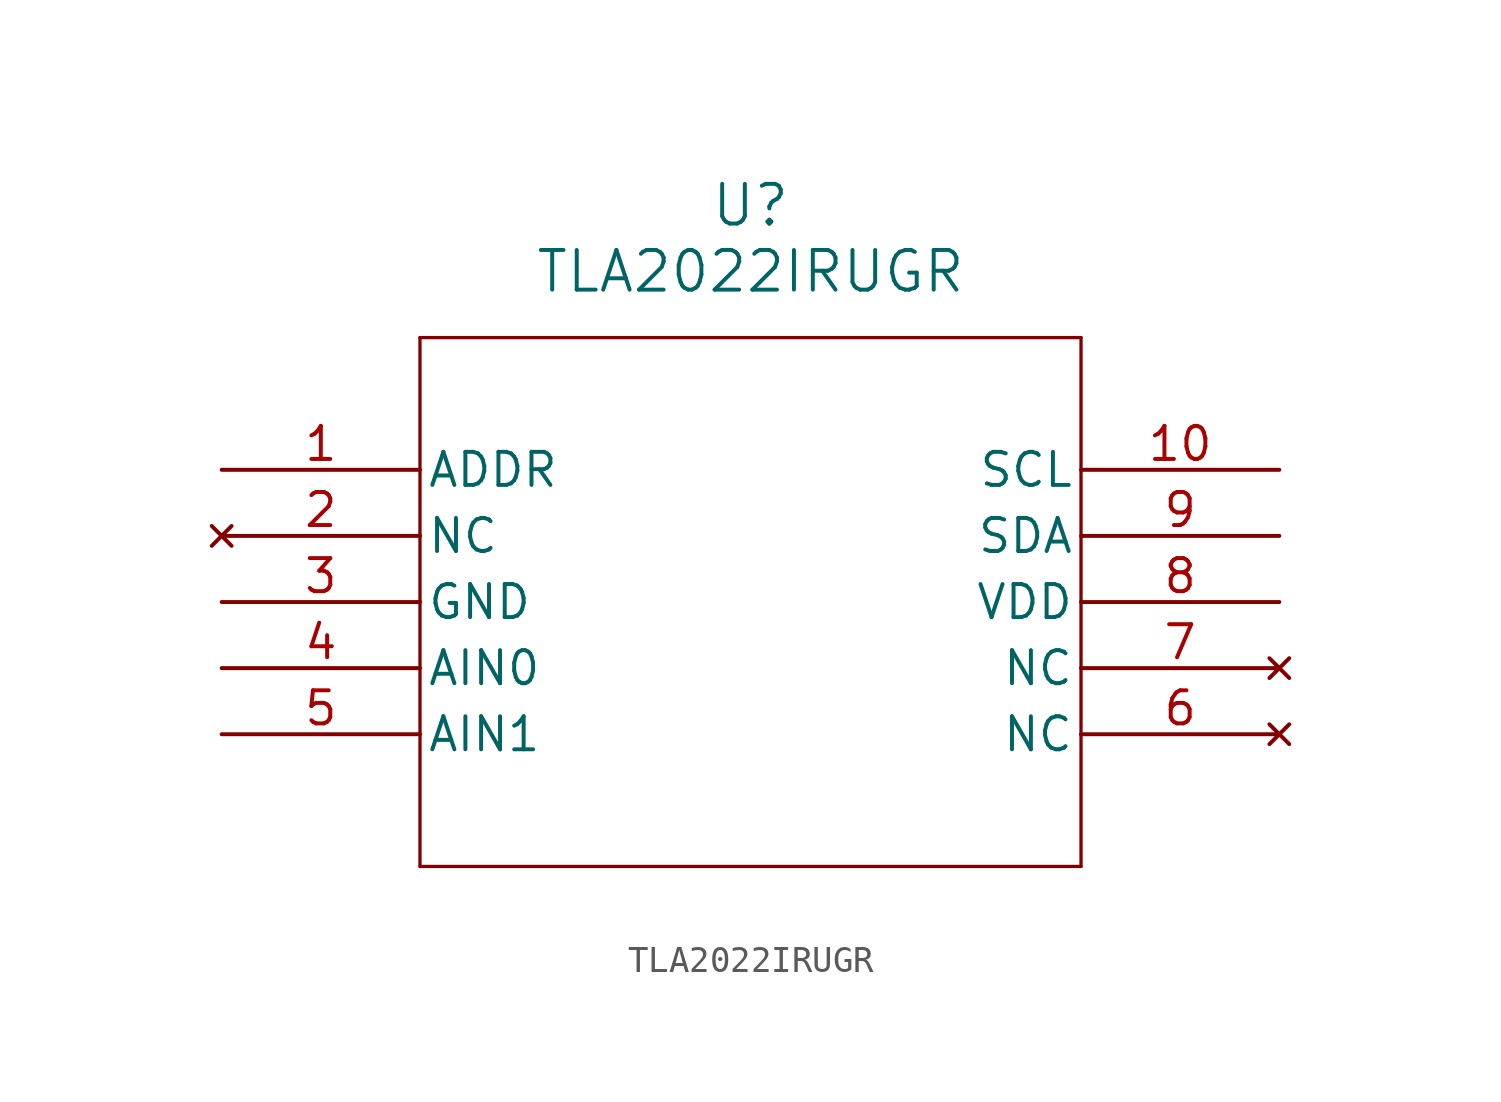
<source format=kicad_sym>
(kicad_symbol_lib
  (version 20211014)
  (generator kicad_symbol_editor)
  (symbol "TLA2022IRUGR"
    (pin_names
      (offset 0.254))
    (property "Reference" "U"
      (at 20.32 10.16 0)
      (effects (font (size 1.524 1.524))))
    (property "Value" "TLA2022IRUGR"
      (at 20.32 7.62 0)
      (effects (font (size 1.524 1.524))))
    (symbol "TLA2022IRUGR_0_1"
      (polyline (pts (xy 7.62 5.08) (xy 7.62 -15.24)) (stroke (width 0.127) (type default) (color 0 0 0 0)) (fill (type none)))
      (polyline (pts (xy 7.62 -15.24) (xy 33.02 -15.24)) (stroke (width 0.127) (type default) (color 0 0 0 0)) (fill (type none)))
      (polyline (pts (xy 33.02 -15.24) (xy 33.02 5.08)) (stroke (width 0.127) (type default) (color 0 0 0 0)) (fill (type none)))
      (polyline (pts (xy 33.02 5.08) (xy 7.62 5.08)) (stroke (width 0.127) (type default) (color 0 0 0 0)) (fill (type none)))
      (pin unspecified line (at 0 0 0) (length 7.62) (name "ADDR" (effects (font (size 1.27 1.27)))) (number "1" (effects (font (size 1.27 1.27)))))
      (pin no_connect line (at 0 -2.54 0) (length 7.62) (name "NC" (effects (font (size 1.27 1.27)))) (number "2" (effects (font (size 1.27 1.27)))))
      (pin power_out line (at 0 -5.08 0) (length 7.62) (name "GND" (effects (font (size 1.27 1.27)))) (number "3" (effects (font (size 1.27 1.27)))))
      (pin bidirectional line (at 0 -7.62 0) (length 7.62) (name "AIN0" (effects (font (size 1.27 1.27)))) (number "4" (effects (font (size 1.27 1.27)))))
      (pin input line (at 0 -10.16 0) (length 7.62) (name "AIN1" (effects (font (size 1.27 1.27)))) (number "5" (effects (font (size 1.27 1.27)))))
      (pin no_connect line (at 40.64 -10.16 180) (length 7.62) (name "NC" (effects (font (size 1.27 1.27)))) (number "6" (effects (font (size 1.27 1.27)))))
      (pin no_connect line (at 40.64 -7.62 180) (length 7.62) (name "NC" (effects (font (size 1.27 1.27)))) (number "7" (effects (font (size 1.27 1.27)))))
      (pin power_in line (at 40.64 -5.08 180) (length 7.62) (name "VDD" (effects (font (size 1.27 1.27)))) (number "8" (effects (font (size 1.27 1.27)))))
      (pin unspecified line (at 40.64 -2.54 180) (length 7.62) (name "SDA" (effects (font (size 1.27 1.27)))) (number "9" (effects (font (size 1.27 1.27)))))
      (pin unspecified line (at 40.64 0 180) (length 7.62) (name "SCL" (effects (font (size 1.27 1.27)))) (number "10" (effects (font (size 1.27 1.27))))))))
</source>
